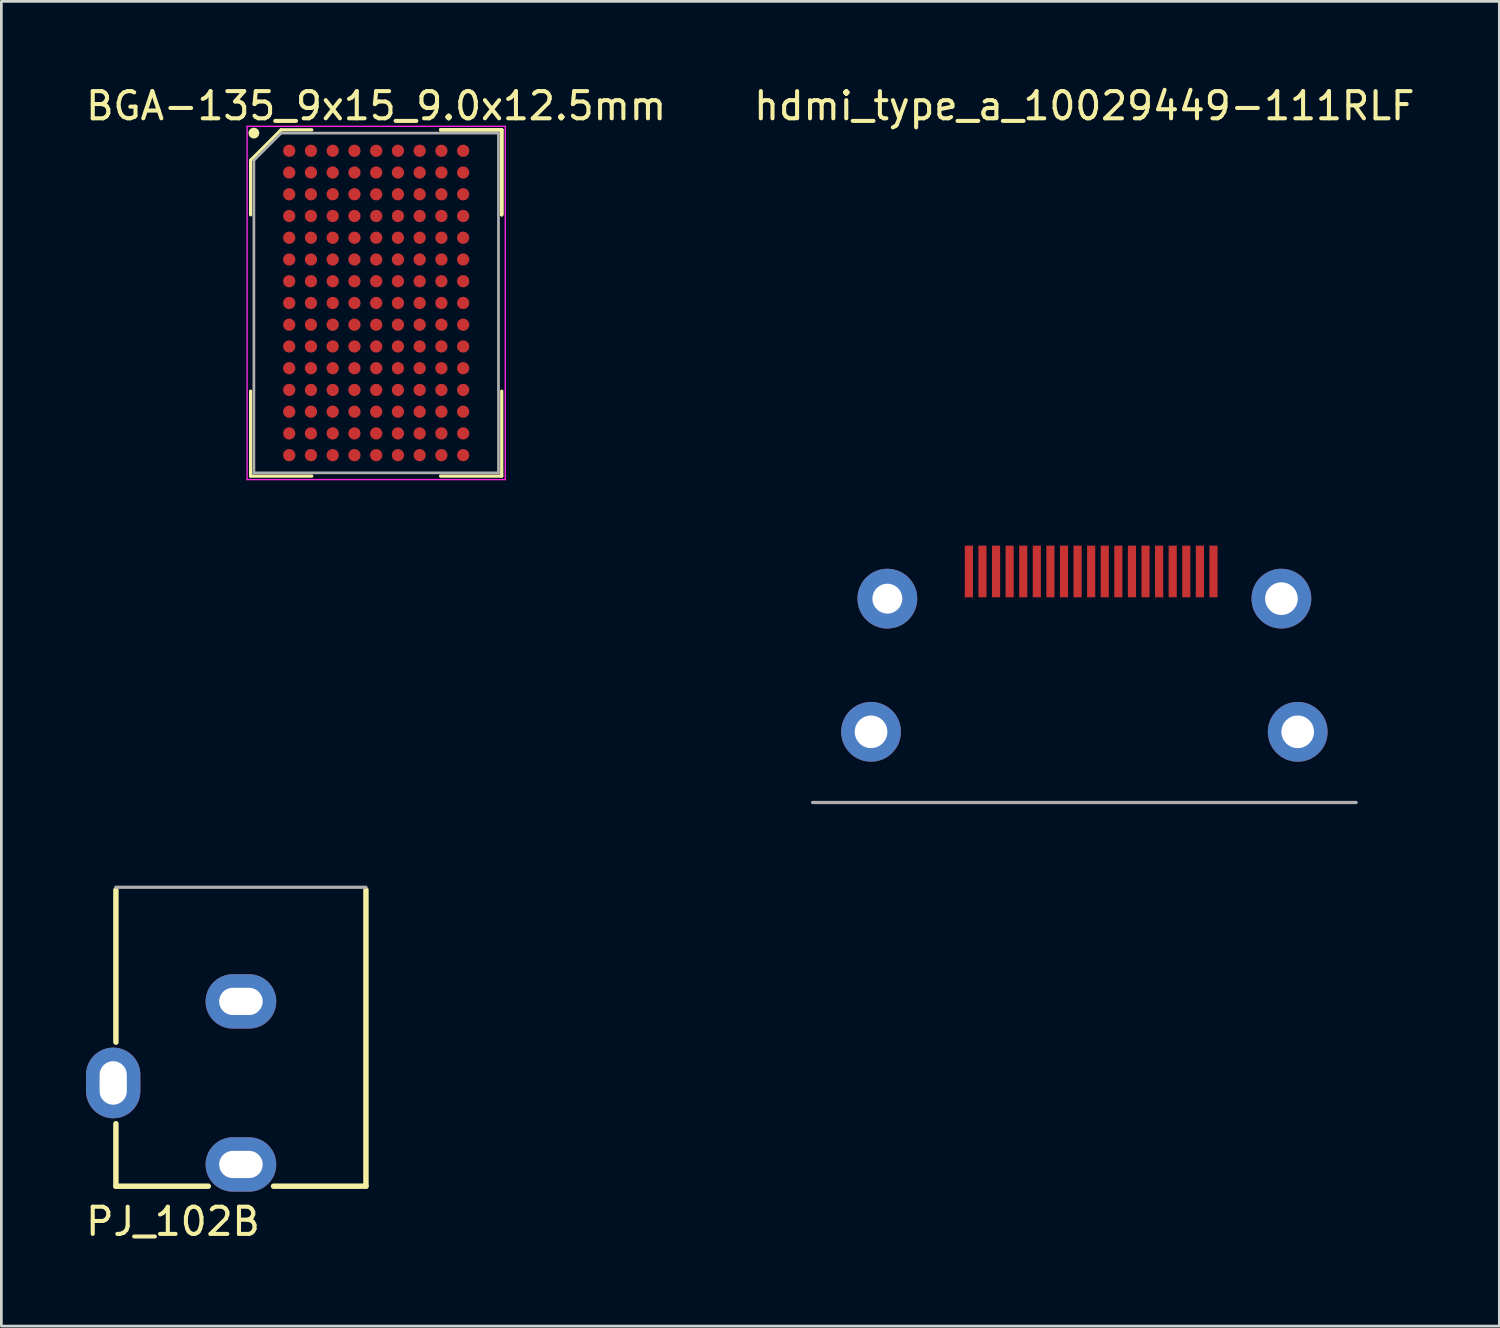
<source format=kicad_pcb>
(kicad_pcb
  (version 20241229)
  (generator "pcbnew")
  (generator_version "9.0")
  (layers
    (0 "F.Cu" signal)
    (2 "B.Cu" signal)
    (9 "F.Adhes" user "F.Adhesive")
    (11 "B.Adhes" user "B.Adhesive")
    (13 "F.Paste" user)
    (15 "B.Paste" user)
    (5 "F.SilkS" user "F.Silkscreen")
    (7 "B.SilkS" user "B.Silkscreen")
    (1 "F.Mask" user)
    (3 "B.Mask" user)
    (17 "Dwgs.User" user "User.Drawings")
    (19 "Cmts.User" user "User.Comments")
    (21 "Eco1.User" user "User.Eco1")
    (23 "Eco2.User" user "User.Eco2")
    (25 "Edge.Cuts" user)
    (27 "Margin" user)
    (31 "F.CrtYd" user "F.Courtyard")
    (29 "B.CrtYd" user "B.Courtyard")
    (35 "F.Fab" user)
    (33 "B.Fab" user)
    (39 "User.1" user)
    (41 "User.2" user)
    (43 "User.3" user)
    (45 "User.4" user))
  (footprint "BGA-135_9x15_9.0x12.5mm"
    (layer "F.Cu")
    (at 10.792 8.098)
    (property "Reference" "BGA-135_9x15_9.0x12.5mm" (at 0 -7.25 0) (layer "F.SilkS") (effects (font (size 1 1) (thickness 0.15))))
    (attr smd)
    (fp_line (start -4.62 -5.25) (end -4.62 -3.245) (stroke (width 0.12) (type solid)) (layer "F.SilkS"))
    (fp_line (start -4.62 6.37) (end -4.62 3.245) (stroke (width 0.12) (type solid)) (layer "F.SilkS"))
    (fp_line (start -3.5 -6.37) (end -4.62 -5.25) (stroke (width 0.12) (type solid)) (layer "F.SilkS"))
    (fp_line (start -2.37 -6.37) (end -3.5 -6.37) (stroke (width 0.12) (type solid)) (layer "F.SilkS"))
    (fp_line (start -2.37 6.37) (end -4.62 6.37) (stroke (width 0.12) (type solid)) (layer "F.SilkS"))
    (fp_line (start 2.37 -6.37) (end 4.62 -6.37) (stroke (width 0.12) (type solid)) (layer "F.SilkS"))
    (fp_line (start 2.37 -6.37) (end 4.62 -6.37) (stroke (width 0.12) (type solid)) (layer "F.SilkS"))
    (fp_line (start 2.37 -6.37) (end 4.62 -6.37) (stroke (width 0.12) (type solid)) (layer "F.SilkS"))
    (fp_line (start 2.37 6.37) (end 4.62 6.37) (stroke (width 0.12) (type solid)) (layer "F.SilkS"))
    (fp_line (start 4.62 -6.37) (end 4.62 -3.245) (stroke (width 0.12) (type solid)) (layer "F.SilkS"))
    (fp_line (start 4.62 -6.37) (end 4.62 -3.245) (stroke (width 0.12) (type solid)) (layer "F.SilkS"))
    (fp_line (start 4.62 -6.37) (end 4.62 -3.245) (stroke (width 0.12) (type solid)) (layer "F.SilkS"))
    (fp_line (start 4.62 6.37) (end 4.62 3.245) (stroke (width 0.12) (type solid)) (layer "F.SilkS"))
    (fp_circle (center -4.5 -6.25) (end -4.5 -6.15) (stroke (width 0.2) (type solid)) (fill no) (layer "F.SilkS"))
    (fp_line (start -4.75 -6.5) (end 4.75 -6.5) (stroke (width 0.05) (type solid)) (layer "F.CrtYd"))
    (fp_line (start -4.75 6.5) (end -4.75 -6.5) (stroke (width 0.05) (type solid)) (layer "F.CrtYd"))
    (fp_line (start 4.75 -6.5) (end 4.75 6.5) (stroke (width 0.05) (type solid)) (layer "F.CrtYd"))
    (fp_line (start 4.75 6.5) (end -4.75 6.5) (stroke (width 0.05) (type solid)) (layer "F.CrtYd"))
    (fp_line (start -4.5 -5.25) (end -4.5 6.25) (stroke (width 0.1) (type solid)) (layer "F.Fab"))
    (fp_line (start -4.5 6.25) (end 4.5 6.25) (stroke (width 0.1) (type solid)) (layer "F.Fab"))
    (fp_line (start -3.5 -6.25) (end -4.5 -5.25) (stroke (width 0.1) (type solid)) (layer "F.Fab"))
    (fp_line (start 4.5 -6.25) (end -3.5 -6.25) (stroke (width 0.1) (type solid)) (layer "F.Fab"))
    (fp_line (start 4.5 6.25) (end 4.5 -6.25) (stroke (width 0.1) (type solid)) (layer "F.Fab"))
    (pad "A1" smd circle (at -3.2 -5.6) (size 0.45 0.45) (layers "F.Cu" "F.Mask" "F.Paste"))
    (pad "A2" smd circle (at -2.4 -5.6) (size 0.45 0.45) (layers "F.Cu" "F.Mask" "F.Paste"))
    (pad "A3" smd circle (at -1.6 -5.6) (size 0.45 0.45) (layers "F.Cu" "F.Mask" "F.Paste"))
    (pad "A4" smd circle (at -0.8 -5.6) (size 0.45 0.45) (layers "F.Cu" "F.Mask" "F.Paste"))
    (pad "A5" smd circle (at 0 -5.6) (size 0.45 0.45) (layers "F.Cu" "F.Mask" "F.Paste"))
    (pad "A6" smd circle (at 0.8 -5.6) (size 0.45 0.45) (layers "F.Cu" "F.Mask" "F.Paste"))
    (pad "A7" smd circle (at 1.6 -5.6) (size 0.45 0.45) (layers "F.Cu" "F.Mask" "F.Paste"))
    (pad "A8" smd circle (at 2.4 -5.6) (size 0.45 0.45) (layers "F.Cu" "F.Mask" "F.Paste"))
    (pad "A9" smd circle (at 3.2 -5.6) (size 0.45 0.45) (layers "F.Cu" "F.Mask" "F.Paste"))
    (pad "B1" smd circle (at -3.2 -4.8) (size 0.45 0.45) (layers "F.Cu" "F.Mask" "F.Paste"))
    (pad "B2" smd circle (at -2.4 -4.8) (size 0.45 0.45) (layers "F.Cu" "F.Mask" "F.Paste"))
    (pad "B3" smd circle (at -1.6 -4.8) (size 0.45 0.45) (layers "F.Cu" "F.Mask" "F.Paste"))
    (pad "B4" smd circle (at -0.8 -4.8) (size 0.45 0.45) (layers "F.Cu" "F.Mask" "F.Paste"))
    (pad "B5" smd circle (at 0 -4.8) (size 0.45 0.45) (layers "F.Cu" "F.Mask" "F.Paste"))
    (pad "B6" smd circle (at 0.8 -4.8) (size 0.45 0.45) (layers "F.Cu" "F.Mask" "F.Paste"))
    (pad "B7" smd circle (at 1.6 -4.8) (size 0.45 0.45) (layers "F.Cu" "F.Mask" "F.Paste"))
    (pad "B8" smd circle (at 2.4 -4.8) (size 0.45 0.45) (layers "F.Cu" "F.Mask" "F.Paste"))
    (pad "B9" smd circle (at 3.2 -4.8) (size 0.45 0.45) (layers "F.Cu" "F.Mask" "F.Paste"))
    (pad "C1" smd circle (at -3.2 -4) (size 0.45 0.45) (layers "F.Cu" "F.Mask" "F.Paste"))
    (pad "C2" smd circle (at -2.4 -4) (size 0.45 0.45) (layers "F.Cu" "F.Mask" "F.Paste"))
    (pad "C3" smd circle (at -1.6 -4) (size 0.45 0.45) (layers "F.Cu" "F.Mask" "F.Paste"))
    (pad "C4" smd circle (at -0.8 -4) (size 0.45 0.45) (layers "F.Cu" "F.Mask" "F.Paste"))
    (pad "C5" smd circle (at 0 -4) (size 0.45 0.45) (layers "F.Cu" "F.Mask" "F.Paste"))
    (pad "C6" smd circle (at 0.8 -4) (size 0.45 0.45) (layers "F.Cu" "F.Mask" "F.Paste"))
    (pad "C7" smd circle (at 1.6 -4) (size 0.45 0.45) (layers "F.Cu" "F.Mask" "F.Paste"))
    (pad "C8" smd circle (at 2.4 -4) (size 0.45 0.45) (layers "F.Cu" "F.Mask" "F.Paste"))
    (pad "C9" smd circle (at 3.2 -4) (size 0.45 0.45) (layers "F.Cu" "F.Mask" "F.Paste"))
    (pad "D1" smd circle (at -3.2 -3.2) (size 0.45 0.45) (layers "F.Cu" "F.Mask" "F.Paste"))
    (pad "D2" smd circle (at -2.4 -3.2) (size 0.45 0.45) (layers "F.Cu" "F.Mask" "F.Paste"))
    (pad "D3" smd circle (at -1.6 -3.2) (size 0.45 0.45) (layers "F.Cu" "F.Mask" "F.Paste"))
    (pad "D4" smd circle (at -0.8 -3.2) (size 0.45 0.45) (layers "F.Cu" "F.Mask" "F.Paste"))
    (pad "D5" smd circle (at 0 -3.2) (size 0.45 0.45) (layers "F.Cu" "F.Mask" "F.Paste"))
    (pad "D6" smd circle (at 0.8 -3.2) (size 0.45 0.45) (layers "F.Cu" "F.Mask" "F.Paste"))
    (pad "D7" smd circle (at 1.6 -3.2) (size 0.45 0.45) (layers "F.Cu" "F.Mask" "F.Paste"))
    (pad "D8" smd circle (at 2.4 -3.2) (size 0.45 0.45) (layers "F.Cu" "F.Mask" "F.Paste"))
    (pad "D9" smd circle (at 3.2 -3.2) (size 0.45 0.45) (layers "F.Cu" "F.Mask" "F.Paste"))
    (pad "E1" smd circle (at -3.2 -2.4) (size 0.45 0.45) (layers "F.Cu" "F.Mask" "F.Paste"))
    (pad "E2" smd circle (at -2.4 -2.4) (size 0.45 0.45) (layers "F.Cu" "F.Mask" "F.Paste"))
    (pad "E3" smd circle (at -1.6 -2.4) (size 0.45 0.45) (layers "F.Cu" "F.Mask" "F.Paste"))
    (pad "E4" smd circle (at -0.8 -2.4) (size 0.45 0.45) (layers "F.Cu" "F.Mask" "F.Paste"))
    (pad "E5" smd circle (at 0 -2.4) (size 0.45 0.45) (layers "F.Cu" "F.Mask" "F.Paste"))
    (pad "E6" smd circle (at 0.8 -2.4) (size 0.45 0.45) (layers "F.Cu" "F.Mask" "F.Paste"))
    (pad "E7" smd circle (at 1.6 -2.4) (size 0.45 0.45) (layers "F.Cu" "F.Mask" "F.Paste"))
    (pad "E8" smd circle (at 2.4 -2.4) (size 0.45 0.45) (layers "F.Cu" "F.Mask" "F.Paste"))
    (pad "E9" smd circle (at 3.2 -2.4) (size 0.45 0.45) (layers "F.Cu" "F.Mask" "F.Paste"))
    (pad "F1" smd circle (at -3.2 -1.6) (size 0.45 0.45) (layers "F.Cu" "F.Mask" "F.Paste"))
    (pad "F2" smd circle (at -2.4 -1.6) (size 0.45 0.45) (layers "F.Cu" "F.Mask" "F.Paste"))
    (pad "F3" smd circle (at -1.6 -1.6) (size 0.45 0.45) (layers "F.Cu" "F.Mask" "F.Paste"))
    (pad "F4" smd circle (at -0.8 -1.6) (size 0.45 0.45) (layers "F.Cu" "F.Mask" "F.Paste"))
    (pad "F5" smd circle (at 0 -1.6) (size 0.45 0.45) (layers "F.Cu" "F.Mask" "F.Paste"))
    (pad "F6" smd circle (at 0.8 -1.6) (size 0.45 0.45) (layers "F.Cu" "F.Mask" "F.Paste"))
    (pad "F7" smd circle (at 1.6 -1.6) (size 0.45 0.45) (layers "F.Cu" "F.Mask" "F.Paste"))
    (pad "F8" smd circle (at 2.4 -1.6) (size 0.45 0.45) (layers "F.Cu" "F.Mask" "F.Paste"))
    (pad "F9" smd circle (at 3.2 -1.6) (size 0.45 0.45) (layers "F.Cu" "F.Mask" "F.Paste"))
    (pad "G1" smd circle (at -3.2 -0.8) (size 0.45 0.45) (layers "F.Cu" "F.Mask" "F.Paste"))
    (pad "G2" smd circle (at -2.4 -0.8) (size 0.45 0.45) (layers "F.Cu" "F.Mask" "F.Paste"))
    (pad "G3" smd circle (at -1.6 -0.8) (size 0.45 0.45) (layers "F.Cu" "F.Mask" "F.Paste"))
    (pad "G4" smd circle (at -0.8 -0.8) (size 0.45 0.45) (layers "F.Cu" "F.Mask" "F.Paste"))
    (pad "G5" smd circle (at 0 -0.8) (size 0.45 0.45) (layers "F.Cu" "F.Mask" "F.Paste"))
    (pad "G6" smd circle (at 0.8 -0.8) (size 0.45 0.45) (layers "F.Cu" "F.Mask" "F.Paste"))
    (pad "G7" smd circle (at 1.6 -0.8) (size 0.45 0.45) (layers "F.Cu" "F.Mask" "F.Paste"))
    (pad "G8" smd circle (at 2.4 -0.8) (size 0.45 0.45) (layers "F.Cu" "F.Mask" "F.Paste"))
    (pad "G9" smd circle (at 3.2 -0.8) (size 0.45 0.45) (layers "F.Cu" "F.Mask" "F.Paste"))
    (pad "H1" smd circle (at -3.2 0) (size 0.45 0.45) (layers "F.Cu" "F.Mask" "F.Paste"))
    (pad "H2" smd circle (at -2.4 0) (size 0.45 0.45) (layers "F.Cu" "F.Mask" "F.Paste"))
    (pad "H3" smd circle (at -1.6 0) (size 0.45 0.45) (layers "F.Cu" "F.Mask" "F.Paste"))
    (pad "H4" smd circle (at -0.8 0) (size 0.45 0.45) (layers "F.Cu" "F.Mask" "F.Paste"))
    (pad "H5" smd circle (at 0 0) (size 0.45 0.45) (layers "F.Cu" "F.Mask" "F.Paste"))
    (pad "H6" smd circle (at 0.8 0) (size 0.45 0.45) (layers "F.Cu" "F.Mask" "F.Paste"))
    (pad "H7" smd circle (at 1.6 0) (size 0.45 0.45) (layers "F.Cu" "F.Mask" "F.Paste"))
    (pad "H8" smd circle (at 2.4 0) (size 0.45 0.45) (layers "F.Cu" "F.Mask" "F.Paste"))
    (pad "H9" smd circle (at 3.2 0) (size 0.45 0.45) (layers "F.Cu" "F.Mask" "F.Paste"))
    (pad "J1" smd circle (at -3.2 0.8) (size 0.45 0.45) (layers "F.Cu" "F.Mask" "F.Paste"))
    (pad "J2" smd circle (at -2.4 0.8) (size 0.45 0.45) (layers "F.Cu" "F.Mask" "F.Paste"))
    (pad "J3" smd circle (at -1.6 0.8) (size 0.45 0.45) (layers "F.Cu" "F.Mask" "F.Paste"))
    (pad "J4" smd circle (at -0.8 0.8) (size 0.45 0.45) (layers "F.Cu" "F.Mask" "F.Paste"))
    (pad "J5" smd circle (at 0 0.8) (size 0.45 0.45) (layers "F.Cu" "F.Mask" "F.Paste"))
    (pad "J6" smd circle (at 0.8 0.8) (size 0.45 0.45) (layers "F.Cu" "F.Mask" "F.Paste"))
    (pad "J7" smd circle (at 1.6 0.8) (size 0.45 0.45) (layers "F.Cu" "F.Mask" "F.Paste"))
    (pad "J8" smd circle (at 2.4 0.8) (size 0.45 0.45) (layers "F.Cu" "F.Mask" "F.Paste"))
    (pad "J9" smd circle (at 3.2 0.8) (size 0.45 0.45) (layers "F.Cu" "F.Mask" "F.Paste"))
    (pad "K1" smd circle (at -3.2 1.6) (size 0.45 0.45) (layers "F.Cu" "F.Mask" "F.Paste"))
    (pad "K2" smd circle (at -2.4 1.6) (size 0.45 0.45) (layers "F.Cu" "F.Mask" "F.Paste"))
    (pad "K3" smd circle (at -1.6 1.6) (size 0.45 0.45) (layers "F.Cu" "F.Mask" "F.Paste"))
    (pad "K4" smd circle (at -0.8 1.6) (size 0.45 0.45) (layers "F.Cu" "F.Mask" "F.Paste"))
    (pad "K5" smd circle (at 0 1.6) (size 0.45 0.45) (layers "F.Cu" "F.Mask" "F.Paste"))
    (pad "K6" smd circle (at 0.8 1.6) (size 0.45 0.45) (layers "F.Cu" "F.Mask" "F.Paste"))
    (pad "K7" smd circle (at 1.6 1.6) (size 0.45 0.45) (layers "F.Cu" "F.Mask" "F.Paste"))
    (pad "K8" smd circle (at 2.4 1.6) (size 0.45 0.45) (layers "F.Cu" "F.Mask" "F.Paste"))
    (pad "K9" smd circle (at 3.2 1.6) (size 0.45 0.45) (layers "F.Cu" "F.Mask" "F.Paste"))
    (pad "L1" smd circle (at -3.2 2.4) (size 0.45 0.45) (layers "F.Cu" "F.Mask" "F.Paste"))
    (pad "L2" smd circle (at -2.4 2.4) (size 0.45 0.45) (layers "F.Cu" "F.Mask" "F.Paste"))
    (pad "L3" smd circle (at -1.6 2.4) (size 0.45 0.45) (layers "F.Cu" "F.Mask" "F.Paste"))
    (pad "L4" smd circle (at -0.8 2.4) (size 0.45 0.45) (layers "F.Cu" "F.Mask" "F.Paste"))
    (pad "L5" smd circle (at 0 2.4) (size 0.45 0.45) (layers "F.Cu" "F.Mask" "F.Paste"))
    (pad "L6" smd circle (at 0.8 2.4) (size 0.45 0.45) (layers "F.Cu" "F.Mask" "F.Paste"))
    (pad "L7" smd circle (at 1.6 2.4) (size 0.45 0.45) (layers "F.Cu" "F.Mask" "F.Paste"))
    (pad "L8" smd circle (at 2.4 2.4) (size 0.45 0.45) (layers "F.Cu" "F.Mask" "F.Paste"))
    (pad "L9" smd circle (at 3.2 2.4) (size 0.45 0.45) (layers "F.Cu" "F.Mask" "F.Paste"))
    (pad "M1" smd circle (at -3.2 3.2) (size 0.45 0.45) (layers "F.Cu" "F.Mask" "F.Paste"))
    (pad "M2" smd circle (at -2.4 3.2) (size 0.45 0.45) (layers "F.Cu" "F.Mask" "F.Paste"))
    (pad "M3" smd circle (at -1.6 3.2) (size 0.45 0.45) (layers "F.Cu" "F.Mask" "F.Paste"))
    (pad "M4" smd circle (at -0.8 3.2) (size 0.45 0.45) (layers "F.Cu" "F.Mask" "F.Paste"))
    (pad "M5" smd circle (at 0 3.2) (size 0.45 0.45) (layers "F.Cu" "F.Mask" "F.Paste"))
    (pad "M6" smd circle (at 0.8 3.2) (size 0.45 0.45) (layers "F.Cu" "F.Mask" "F.Paste"))
    (pad "M7" smd circle (at 1.6 3.2) (size 0.45 0.45) (layers "F.Cu" "F.Mask" "F.Paste"))
    (pad "M8" smd circle (at 2.4 3.2) (size 0.45 0.45) (layers "F.Cu" "F.Mask" "F.Paste"))
    (pad "M9" smd circle (at 3.2 3.2) (size 0.45 0.45) (layers "F.Cu" "F.Mask" "F.Paste"))
    (pad "N1" smd circle (at -3.2 4) (size 0.45 0.45) (layers "F.Cu" "F.Mask" "F.Paste"))
    (pad "N2" smd circle (at -2.4 4) (size 0.45 0.45) (layers "F.Cu" "F.Mask" "F.Paste"))
    (pad "N3" smd circle (at -1.6 4) (size 0.45 0.45) (layers "F.Cu" "F.Mask" "F.Paste"))
    (pad "N4" smd circle (at -0.8 4) (size 0.45 0.45) (layers "F.Cu" "F.Mask" "F.Paste"))
    (pad "N5" smd circle (at 0 4) (size 0.45 0.45) (layers "F.Cu" "F.Mask" "F.Paste"))
    (pad "N6" smd circle (at 0.8 4) (size 0.45 0.45) (layers "F.Cu" "F.Mask" "F.Paste"))
    (pad "N7" smd circle (at 1.6 4) (size 0.45 0.45) (layers "F.Cu" "F.Mask" "F.Paste"))
    (pad "N8" smd circle (at 2.4 4) (size 0.45 0.45) (layers "F.Cu" "F.Mask" "F.Paste"))
    (pad "N9" smd circle (at 3.2 4) (size 0.45 0.45) (layers "F.Cu" "F.Mask" "F.Paste"))
    (pad "P1" smd circle (at -3.2 4.8) (size 0.45 0.45) (layers "F.Cu" "F.Mask" "F.Paste"))
    (pad "P2" smd circle (at -2.4 4.8) (size 0.45 0.45) (layers "F.Cu" "F.Mask" "F.Paste"))
    (pad "P3" smd circle (at -1.6 4.8) (size 0.45 0.45) (layers "F.Cu" "F.Mask" "F.Paste"))
    (pad "P4" smd circle (at -0.8 4.8) (size 0.45 0.45) (layers "F.Cu" "F.Mask" "F.Paste"))
    (pad "P5" smd circle (at 0 4.8) (size 0.45 0.45) (layers "F.Cu" "F.Mask" "F.Paste"))
    (pad "P6" smd circle (at 0.8 4.8) (size 0.45 0.45) (layers "F.Cu" "F.Mask" "F.Paste"))
    (pad "P7" smd circle (at 1.6 4.8) (size 0.45 0.45) (layers "F.Cu" "F.Mask" "F.Paste"))
    (pad "P8" smd circle (at 2.4 4.8) (size 0.45 0.45) (layers "F.Cu" "F.Mask" "F.Paste"))
    (pad "P9" smd circle (at 3.2 4.8) (size 0.45 0.45) (layers "F.Cu" "F.Mask" "F.Paste"))
    (pad "R1" smd circle (at -3.2 5.6) (size 0.45 0.45) (layers "F.Cu" "F.Mask" "F.Paste"))
    (pad "R2" smd circle (at -2.4 5.6) (size 0.45 0.45) (layers "F.Cu" "F.Mask" "F.Paste"))
    (pad "R3" smd circle (at -1.6 5.6) (size 0.45 0.45) (layers "F.Cu" "F.Mask" "F.Paste"))
    (pad "R4" smd circle (at -0.8 5.6) (size 0.45 0.45) (layers "F.Cu" "F.Mask" "F.Paste"))
    (pad "R5" smd circle (at 0 5.6) (size 0.45 0.45) (layers "F.Cu" "F.Mask" "F.Paste"))
    (pad "R6" smd circle (at 0.8 5.6) (size 0.45 0.45) (layers "F.Cu" "F.Mask" "F.Paste"))
    (pad "R7" smd circle (at 1.6 5.6) (size 0.45 0.45) (layers "F.Cu" "F.Mask" "F.Paste"))
    (pad "R8" smd circle (at 2.4 5.6) (size 0.45 0.45) (layers "F.Cu" "F.Mask" "F.Paste"))
    (pad "R9" smd circle (at 3.2 5.6) (size 0.45 0.45) (layers "F.Cu" "F.Mask" "F.Paste")))
  (footprint "hdmi_type_a_10029449-111RLF"
    (layer "F.Cu")
    (at 36.851 17.978)
    (property "Reference" "hdmi_type_a_10029449-111RLF" (at 0 -17.13 0) (layer "F.SilkS") (effects (font (size 1 1) (thickness 0.15))))
    (attr through_hole)
    (fp_line (start -10 8.5) (end 10 8.5) (stroke (width 0.12) (type solid)) (layer "F.Fab"))
    (pad "1" smd rect (at 4.75 0) (size 0.3 1.9) (layers "F.Cu" "F.Mask" "F.Paste"))
    (pad "2" smd rect (at 4.25 0) (size 0.3 1.9) (layers "F.Cu" "F.Mask" "F.Paste"))
    (pad "3" smd rect (at 3.75 0) (size 0.3 1.9) (layers "F.Cu" "F.Mask" "F.Paste"))
    (pad "4" smd rect (at 3.25 0) (size 0.3 1.9) (layers "F.Cu" "F.Mask" "F.Paste"))
    (pad "5" smd rect (at 2.75 0) (size 0.3 1.9) (layers "F.Cu" "F.Mask" "F.Paste"))
    (pad "6" smd rect (at 2.25 0) (size 0.3 1.9) (layers "F.Cu" "F.Mask" "F.Paste"))
    (pad "7" smd rect (at 1.75 0) (size 0.3 1.9) (layers "F.Cu" "F.Mask" "F.Paste"))
    (pad "8" smd rect (at 1.25 0) (size 0.3 1.9) (layers "F.Cu" "F.Mask" "F.Paste"))
    (pad "9" smd rect (at 0.75 0) (size 0.3 1.9) (layers "F.Cu" "F.Mask" "F.Paste"))
    (pad "10" smd rect (at 0.25 0) (size 0.3 1.9) (layers "F.Cu" "F.Mask" "F.Paste"))
    (pad "11" smd rect (at -0.25 0) (size 0.3 1.9) (layers "F.Cu" "F.Mask" "F.Paste"))
    (pad "12" smd rect (at -0.75 0) (size 0.3 1.9) (layers "F.Cu" "F.Mask" "F.Paste"))
    (pad "13" smd rect (at -1.25 0) (size 0.3 1.9) (layers "F.Cu" "F.Mask" "F.Paste"))
    (pad "14" smd rect (at -1.75 0) (size 0.3 1.9) (layers "F.Cu" "F.Mask" "F.Paste"))
    (pad "15" smd rect (at -2.25 0) (size 0.3 1.9) (layers "F.Cu" "F.Mask" "F.Paste"))
    (pad "16" smd rect (at -2.75 0) (size 0.3 1.9) (layers "F.Cu" "F.Mask" "F.Paste"))
    (pad "17" smd rect (at -3.25 0) (size 0.3 1.9) (layers "F.Cu" "F.Mask" "F.Paste"))
    (pad "18" smd rect (at -3.75 0) (size 0.3 1.9) (layers "F.Cu" "F.Mask" "F.Paste"))
    (pad "19" smd rect (at -4.25 0) (size 0.3 1.9) (layers "F.Cu" "F.Mask" "F.Paste"))
    (pad "20" thru_hole circle (at -7.25 1) (size 2.2 2.2) (drill 1.1) (layers "*.Cu" "*.Mask"))
    (pad "21" thru_hole circle (at 7.25 1) (size 2.2 2.2) (drill 1.2) (layers "*.Cu" "*.Mask"))
    (pad "22" thru_hole circle (at -7.85 5.9) (size 2.2 2.2) (drill 1.2) (layers "*.Cu" "*.Mask"))
    (pad "23" thru_hole circle (at 7.85 5.9) (size 2.2 2.2) (drill 1.2) (layers "*.Cu" "*.Mask")))
  (footprint "PJ_102B"
    (layer "F.Cu")
    (at 5.815 36.798)
    (property "Reference" "PJ_102B" (at -2.5 5.1 0) (layer "F.SilkS") (effects (font (size 1 1) (thickness 0.15))))
    (attr through_hole)
    (fp_line (start -4.6 -1.5) (end -4.6 -7.1) (stroke (width 0.2) (type solid)) (layer "F.SilkS"))
    (fp_line (start -4.6 3.8) (end -4.6 1.5) (stroke (width 0.2) (type solid)) (layer "F.SilkS"))
    (fp_line (start -4.6 3.8) (end -1.2 3.8) (stroke (width 0.2) (type solid)) (layer "F.SilkS"))
    (fp_line (start 4.6 3.8) (end 1.2 3.8) (stroke (width 0.2) (type solid)) (layer "F.SilkS"))
    (fp_line (start 4.6 3.8) (end 4.6 -7.1) (stroke (width 0.2) (type solid)) (layer "F.SilkS"))
    (fp_line (start -4.6 -7.2) (end 4.6 -7.2) (stroke (width 0.12) (type solid)) (layer "F.Fab"))
    (pad "1" thru_hole oval (at 0 3) (size 2.6 2) (drill oval 1.6 1) (layers "*.Cu" "*.Mask"))
    (pad "2" thru_hole oval (at 0 -3) (size 2.6 2) (drill oval 1.6 1) (layers "*.Cu" "*.Mask"))
    (pad "3" thru_hole oval (at -4.7 0) (size 2 2.6) (drill oval 1 1.6) (layers "*.Cu" "*.Mask")))
  (gr_rect
    (start -3 -3)
    (end 52.119 45.746)
    (stroke (width 0.1) (type default))
    (fill no)
    (layer "Edge.Cuts")))
</source>
